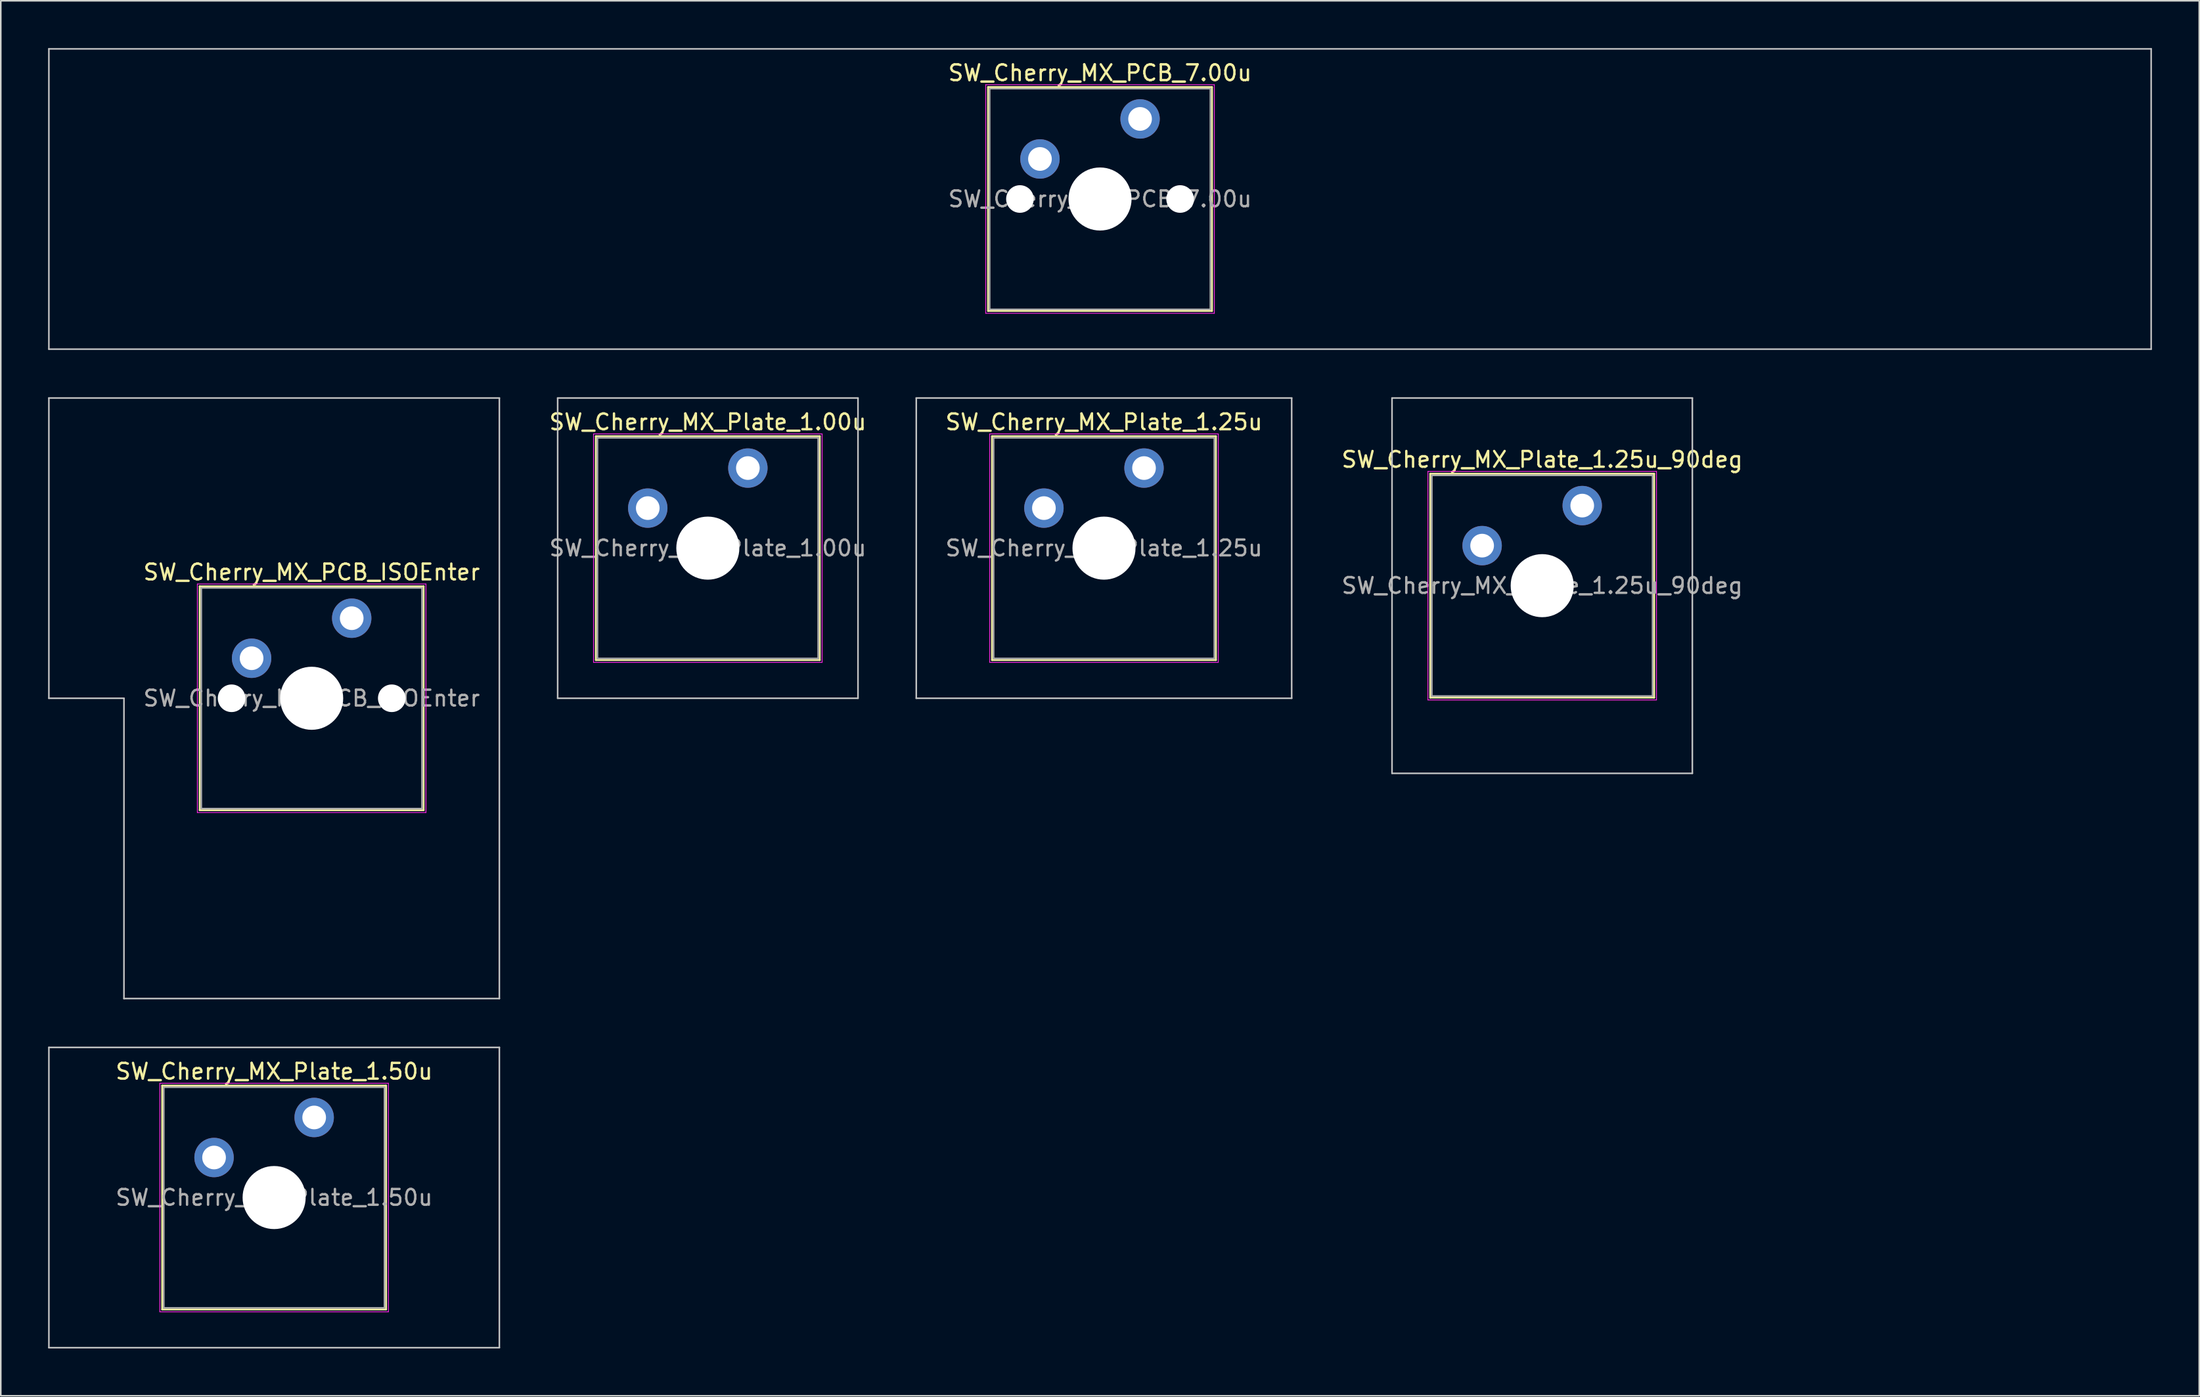
<source format=kicad_pcb>
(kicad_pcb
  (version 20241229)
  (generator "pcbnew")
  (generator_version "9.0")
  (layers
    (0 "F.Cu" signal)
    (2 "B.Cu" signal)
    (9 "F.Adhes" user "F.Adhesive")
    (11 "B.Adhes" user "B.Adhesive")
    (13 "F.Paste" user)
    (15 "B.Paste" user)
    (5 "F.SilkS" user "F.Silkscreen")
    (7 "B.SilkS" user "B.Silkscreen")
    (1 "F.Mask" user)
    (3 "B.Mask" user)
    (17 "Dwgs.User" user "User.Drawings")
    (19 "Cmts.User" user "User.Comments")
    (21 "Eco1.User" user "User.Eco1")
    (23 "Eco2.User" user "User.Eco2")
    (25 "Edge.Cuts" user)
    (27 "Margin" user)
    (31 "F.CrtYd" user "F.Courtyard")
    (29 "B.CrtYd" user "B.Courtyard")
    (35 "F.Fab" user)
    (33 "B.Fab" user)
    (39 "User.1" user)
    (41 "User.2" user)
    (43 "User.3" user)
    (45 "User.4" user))
  (footprint "SW_Cherry_MX_Plate_1.25u_90deg"
    (layer "F.Cu")
    (at 94.772 34.106)
    (property "Reference" "SW_Cherry_MX_Plate_1.25u_90deg" (at 0 -8 0) (layer "F.SilkS") (effects (font (size 1 1) (thickness 0.15))))
    (attr through_hole)
    (fp_line (start -7.1 -7.1) (end -7.1 7.1) (stroke (width 0.12) (type solid)) (layer "F.SilkS"))
    (fp_line (start -7.1 7.1) (end 7.1 7.1) (stroke (width 0.12) (type solid)) (layer "F.SilkS"))
    (fp_line (start 7.1 -7.1) (end -7.1 -7.1) (stroke (width 0.12) (type solid)) (layer "F.SilkS"))
    (fp_line (start 7.1 7.1) (end 7.1 -7.1) (stroke (width 0.12) (type solid)) (layer "F.SilkS"))
    (fp_line (start -9.525 -11.906) (end 9.525 -11.906) (stroke (width 0.1) (type solid)) (layer "Dwgs.User"))
    (fp_line (start -9.525 11.906) (end -9.525 -11.906) (stroke (width 0.1) (type solid)) (layer "Dwgs.User"))
    (fp_line (start 9.525 -11.906) (end 9.525 11.906) (stroke (width 0.1) (type solid)) (layer "Dwgs.User"))
    (fp_line (start 9.525 11.906) (end -9.525 11.906) (stroke (width 0.1) (type solid)) (layer "Dwgs.User"))
    (fp_line (start -7 -7) (end -7 7) (stroke (width 0.1) (type solid)) (layer "Eco1.User"))
    (fp_line (start -7 7) (end 7 7) (stroke (width 0.1) (type solid)) (layer "Eco1.User"))
    (fp_line (start 7 -7) (end -7 -7) (stroke (width 0.1) (type solid)) (layer "Eco1.User"))
    (fp_line (start 7 7) (end 7 -7) (stroke (width 0.1) (type solid)) (layer "Eco1.User"))
    (fp_line (start -7.25 -7.25) (end -7.25 7.25) (stroke (width 0.05) (type solid)) (layer "F.CrtYd"))
    (fp_line (start -7.25 7.25) (end 7.25 7.25) (stroke (width 0.05) (type solid)) (layer "F.CrtYd"))
    (fp_line (start 7.25 -7.25) (end -7.25 -7.25) (stroke (width 0.05) (type solid)) (layer "F.CrtYd"))
    (fp_line (start 7.25 7.25) (end 7.25 -7.25) (stroke (width 0.05) (type solid)) (layer "F.CrtYd"))
    (fp_line (start -7 -7) (end -7 7) (stroke (width 0.1) (type solid)) (layer "F.Fab"))
    (fp_line (start -7 7) (end 7 7) (stroke (width 0.1) (type solid)) (layer "F.Fab"))
    (fp_line (start 7 -7) (end -7 -7) (stroke (width 0.1) (type solid)) (layer "F.Fab"))
    (fp_line (start 7 7) (end 7 -7) (stroke (width 0.1) (type solid)) (layer "F.Fab"))
    (fp_text user "${REFERENCE}" (at 0 0 0) (layer "F.Fab") (effects (font (size 1 1) (thickness 0.15))))
    (pad "" smd circle (at -3.81 -2.54) (size 1.55 1.55) (layers "F.Mask"))
    (pad "" np_thru_hole circle (at 0 0) (size 4 4) (drill 4) (layers "*.Cu" "*.Mask"))
    (pad "" smd circle (at 2.54 -5.08) (size 1.55 1.55) (layers "F.Mask"))
    (pad "1" thru_hole circle (at -3.81 -2.54) (size 2.5 2.5) (drill 1.5) (layers "*.Cu" "B.Mask"))
    (pad "2" thru_hole circle (at 2.54 -5.08) (size 2.5 2.5) (drill 1.5) (layers "*.Cu" "B.Mask")))
  (footprint "SW_Cherry_MX_PCB_7.00u"
    (layer "F.Cu")
    (at 66.725 9.575)
    (property "Reference" "SW_Cherry_MX_PCB_7.00u" (at 0 -8 0) (layer "F.SilkS") (effects (font (size 1 1) (thickness 0.15))))
    (attr through_hole)
    (fp_line (start -7.1 -7.1) (end -7.1 7.1) (stroke (width 0.12) (type solid)) (layer "F.SilkS"))
    (fp_line (start -7.1 7.1) (end 7.1 7.1) (stroke (width 0.12) (type solid)) (layer "F.SilkS"))
    (fp_line (start 7.1 -7.1) (end -7.1 -7.1) (stroke (width 0.12) (type solid)) (layer "F.SilkS"))
    (fp_line (start 7.1 7.1) (end 7.1 -7.1) (stroke (width 0.12) (type solid)) (layer "F.SilkS"))
    (fp_line (start -66.675 -9.525) (end -66.675 9.525) (stroke (width 0.1) (type solid)) (layer "Dwgs.User"))
    (fp_line (start -66.675 9.525) (end 66.675 9.525) (stroke (width 0.1) (type solid)) (layer "Dwgs.User"))
    (fp_line (start 66.675 -9.525) (end -66.675 -9.525) (stroke (width 0.1) (type solid)) (layer "Dwgs.User"))
    (fp_line (start 66.675 9.525) (end 66.675 -9.525) (stroke (width 0.1) (type solid)) (layer "Dwgs.User"))
    (fp_line (start -7 -7) (end -7 7) (stroke (width 0.1) (type solid)) (layer "Eco1.User"))
    (fp_line (start -7 7) (end 7 7) (stroke (width 0.1) (type solid)) (layer "Eco1.User"))
    (fp_line (start 7 -7) (end -7 -7) (stroke (width 0.1) (type solid)) (layer "Eco1.User"))
    (fp_line (start 7 7) (end 7 -7) (stroke (width 0.1) (type solid)) (layer "Eco1.User"))
    (fp_line (start -7.25 -7.25) (end -7.25 7.25) (stroke (width 0.05) (type solid)) (layer "F.CrtYd"))
    (fp_line (start -7.25 7.25) (end 7.25 7.25) (stroke (width 0.05) (type solid)) (layer "F.CrtYd"))
    (fp_line (start 7.25 -7.25) (end -7.25 -7.25) (stroke (width 0.05) (type solid)) (layer "F.CrtYd"))
    (fp_line (start 7.25 7.25) (end 7.25 -7.25) (stroke (width 0.05) (type solid)) (layer "F.CrtYd"))
    (fp_line (start -7 -7) (end -7 7) (stroke (width 0.1) (type solid)) (layer "F.Fab"))
    (fp_line (start -7 7) (end 7 7) (stroke (width 0.1) (type solid)) (layer "F.Fab"))
    (fp_line (start 7 -7) (end -7 -7) (stroke (width 0.1) (type solid)) (layer "F.Fab"))
    (fp_line (start 7 7) (end 7 -7) (stroke (width 0.1) (type solid)) (layer "F.Fab"))
    (fp_text user "${REFERENCE}" (at 0 0 0) (layer "F.Fab") (effects (font (size 1 1) (thickness 0.15))))
    (pad "" np_thru_hole circle (at -5.08 0) (size 1.75 1.75) (drill 1.75) (layers "*.Cu" "*.Mask"))
    (pad "" smd circle (at -3.81 -2.54) (size 1.55 1.55) (layers "F.Mask"))
    (pad "" np_thru_hole circle (at 0 0) (size 4 4) (drill 4) (layers "*.Cu" "*.Mask"))
    (pad "" smd circle (at 2.54 -5.08) (size 1.55 1.55) (layers "F.Mask"))
    (pad "" np_thru_hole circle (at 5.08 0) (size 1.75 1.75) (drill 1.75) (layers "*.Cu" "*.Mask"))
    (pad "1" thru_hole circle (at -3.81 -2.54) (size 2.5 2.5) (drill 1.5) (layers "*.Cu" "B.Mask"))
    (pad "2" thru_hole circle (at 2.54 -5.08) (size 2.5 2.5) (drill 1.5) (layers "*.Cu" "B.Mask")))
  (footprint "SW_Cherry_MX_Plate_1.50u"
    (layer "F.Cu")
    (at 14.338 72.925)
    (property "Reference" "SW_Cherry_MX_Plate_1.50u" (at 0 -8 0) (layer "F.SilkS") (effects (font (size 1 1) (thickness 0.15))))
    (attr through_hole)
    (fp_line (start -7.1 -7.1) (end -7.1 7.1) (stroke (width 0.12) (type solid)) (layer "F.SilkS"))
    (fp_line (start -7.1 7.1) (end 7.1 7.1) (stroke (width 0.12) (type solid)) (layer "F.SilkS"))
    (fp_line (start 7.1 -7.1) (end -7.1 -7.1) (stroke (width 0.12) (type solid)) (layer "F.SilkS"))
    (fp_line (start 7.1 7.1) (end 7.1 -7.1) (stroke (width 0.12) (type solid)) (layer "F.SilkS"))
    (fp_line (start -14.287 -9.525) (end -14.287 9.525) (stroke (width 0.1) (type solid)) (layer "Dwgs.User"))
    (fp_line (start -14.287 9.525) (end 14.287 9.525) (stroke (width 0.1) (type solid)) (layer "Dwgs.User"))
    (fp_line (start 14.287 -9.525) (end -14.287 -9.525) (stroke (width 0.1) (type solid)) (layer "Dwgs.User"))
    (fp_line (start 14.287 9.525) (end 14.287 -9.525) (stroke (width 0.1) (type solid)) (layer "Dwgs.User"))
    (fp_line (start -7 -7) (end -7 7) (stroke (width 0.1) (type solid)) (layer "Eco1.User"))
    (fp_line (start -7 7) (end 7 7) (stroke (width 0.1) (type solid)) (layer "Eco1.User"))
    (fp_line (start 7 -7) (end -7 -7) (stroke (width 0.1) (type solid)) (layer "Eco1.User"))
    (fp_line (start 7 7) (end 7 -7) (stroke (width 0.1) (type solid)) (layer "Eco1.User"))
    (fp_line (start -7.25 -7.25) (end -7.25 7.25) (stroke (width 0.05) (type solid)) (layer "F.CrtYd"))
    (fp_line (start -7.25 7.25) (end 7.25 7.25) (stroke (width 0.05) (type solid)) (layer "F.CrtYd"))
    (fp_line (start 7.25 -7.25) (end -7.25 -7.25) (stroke (width 0.05) (type solid)) (layer "F.CrtYd"))
    (fp_line (start 7.25 7.25) (end 7.25 -7.25) (stroke (width 0.05) (type solid)) (layer "F.CrtYd"))
    (fp_line (start -7 -7) (end -7 7) (stroke (width 0.1) (type solid)) (layer "F.Fab"))
    (fp_line (start -7 7) (end 7 7) (stroke (width 0.1) (type solid)) (layer "F.Fab"))
    (fp_line (start 7 -7) (end -7 -7) (stroke (width 0.1) (type solid)) (layer "F.Fab"))
    (fp_line (start 7 7) (end 7 -7) (stroke (width 0.1) (type solid)) (layer "F.Fab"))
    (fp_text user "${REFERENCE}" (at 0 0 0) (layer "F.Fab") (effects (font (size 1 1) (thickness 0.15))))
    (pad "" smd circle (at -3.81 -2.54) (size 1.55 1.55) (layers "F.Mask"))
    (pad "" np_thru_hole circle (at 0 0) (size 4 4) (drill 4) (layers "*.Cu" "*.Mask"))
    (pad "" smd circle (at 2.54 -5.08) (size 1.55 1.55) (layers "F.Mask"))
    (pad "1" thru_hole circle (at -3.81 -2.54) (size 2.5 2.5) (drill 1.5) (layers "*.Cu" "B.Mask"))
    (pad "2" thru_hole circle (at 2.54 -5.08) (size 2.5 2.5) (drill 1.5) (layers "*.Cu" "B.Mask")))
  (footprint "SW_Cherry_MX_Plate_1.00u"
    (layer "F.Cu")
    (at 41.848 31.725)
    (property "Reference" "SW_Cherry_MX_Plate_1.00u" (at 0 -8 0) (layer "F.SilkS") (effects (font (size 1 1) (thickness 0.15))))
    (attr through_hole)
    (fp_line (start -7.1 -7.1) (end -7.1 7.1) (stroke (width 0.12) (type solid)) (layer "F.SilkS"))
    (fp_line (start -7.1 7.1) (end 7.1 7.1) (stroke (width 0.12) (type solid)) (layer "F.SilkS"))
    (fp_line (start 7.1 -7.1) (end -7.1 -7.1) (stroke (width 0.12) (type solid)) (layer "F.SilkS"))
    (fp_line (start 7.1 7.1) (end 7.1 -7.1) (stroke (width 0.12) (type solid)) (layer "F.SilkS"))
    (fp_line (start -9.525 -9.525) (end -9.525 9.525) (stroke (width 0.1) (type solid)) (layer "Dwgs.User"))
    (fp_line (start -9.525 9.525) (end 9.525 9.525) (stroke (width 0.1) (type solid)) (layer "Dwgs.User"))
    (fp_line (start 9.525 -9.525) (end -9.525 -9.525) (stroke (width 0.1) (type solid)) (layer "Dwgs.User"))
    (fp_line (start 9.525 9.525) (end 9.525 -9.525) (stroke (width 0.1) (type solid)) (layer "Dwgs.User"))
    (fp_line (start -7 -7) (end -7 7) (stroke (width 0.1) (type solid)) (layer "Eco1.User"))
    (fp_line (start -7 7) (end 7 7) (stroke (width 0.1) (type solid)) (layer "Eco1.User"))
    (fp_line (start 7 -7) (end -7 -7) (stroke (width 0.1) (type solid)) (layer "Eco1.User"))
    (fp_line (start 7 7) (end 7 -7) (stroke (width 0.1) (type solid)) (layer "Eco1.User"))
    (fp_line (start -7.25 -7.25) (end -7.25 7.25) (stroke (width 0.05) (type solid)) (layer "F.CrtYd"))
    (fp_line (start -7.25 7.25) (end 7.25 7.25) (stroke (width 0.05) (type solid)) (layer "F.CrtYd"))
    (fp_line (start 7.25 -7.25) (end -7.25 -7.25) (stroke (width 0.05) (type solid)) (layer "F.CrtYd"))
    (fp_line (start 7.25 7.25) (end 7.25 -7.25) (stroke (width 0.05) (type solid)) (layer "F.CrtYd"))
    (fp_line (start -7 -7) (end -7 7) (stroke (width 0.1) (type solid)) (layer "F.Fab"))
    (fp_line (start -7 7) (end 7 7) (stroke (width 0.1) (type solid)) (layer "F.Fab"))
    (fp_line (start 7 -7) (end -7 -7) (stroke (width 0.1) (type solid)) (layer "F.Fab"))
    (fp_line (start 7 7) (end 7 -7) (stroke (width 0.1) (type solid)) (layer "F.Fab"))
    (fp_text user "${REFERENCE}" (at 0 0 0) (layer "F.Fab") (effects (font (size 1 1) (thickness 0.15))))
    (pad "" smd circle (at -3.81 -2.54) (size 1.55 1.55) (layers "F.Mask"))
    (pad "" np_thru_hole circle (at 0 0) (size 4 4) (drill 4) (layers "*.Cu" "*.Mask"))
    (pad "" smd circle (at 2.54 -5.08) (size 1.55 1.55) (layers "F.Mask"))
    (pad "1" thru_hole circle (at -3.81 -2.54) (size 2.5 2.5) (drill 1.5) (layers "*.Cu" "B.Mask"))
    (pad "2" thru_hole circle (at 2.54 -5.08) (size 2.5 2.5) (drill 1.5) (layers "*.Cu" "B.Mask")))
  (footprint "SW_Cherry_MX_Plate_1.25u"
    (layer "F.Cu")
    (at 66.976 31.725)
    (property "Reference" "SW_Cherry_MX_Plate_1.25u" (at 0 -8 0) (layer "F.SilkS") (effects (font (size 1 1) (thickness 0.15))))
    (attr through_hole)
    (fp_line (start -7.1 -7.1) (end -7.1 7.1) (stroke (width 0.12) (type solid)) (layer "F.SilkS"))
    (fp_line (start -7.1 7.1) (end 7.1 7.1) (stroke (width 0.12) (type solid)) (layer "F.SilkS"))
    (fp_line (start 7.1 -7.1) (end -7.1 -7.1) (stroke (width 0.12) (type solid)) (layer "F.SilkS"))
    (fp_line (start 7.1 7.1) (end 7.1 -7.1) (stroke (width 0.12) (type solid)) (layer "F.SilkS"))
    (fp_line (start -11.906 -9.525) (end -11.906 9.525) (stroke (width 0.1) (type solid)) (layer "Dwgs.User"))
    (fp_line (start -11.906 9.525) (end 11.906 9.525) (stroke (width 0.1) (type solid)) (layer "Dwgs.User"))
    (fp_line (start 11.906 -9.525) (end -11.906 -9.525) (stroke (width 0.1) (type solid)) (layer "Dwgs.User"))
    (fp_line (start 11.906 9.525) (end 11.906 -9.525) (stroke (width 0.1) (type solid)) (layer "Dwgs.User"))
    (fp_line (start -7 -7) (end -7 7) (stroke (width 0.1) (type solid)) (layer "Eco1.User"))
    (fp_line (start -7 7) (end 7 7) (stroke (width 0.1) (type solid)) (layer "Eco1.User"))
    (fp_line (start 7 -7) (end -7 -7) (stroke (width 0.1) (type solid)) (layer "Eco1.User"))
    (fp_line (start 7 7) (end 7 -7) (stroke (width 0.1) (type solid)) (layer "Eco1.User"))
    (fp_line (start -7.25 -7.25) (end -7.25 7.25) (stroke (width 0.05) (type solid)) (layer "F.CrtYd"))
    (fp_line (start -7.25 7.25) (end 7.25 7.25) (stroke (width 0.05) (type solid)) (layer "F.CrtYd"))
    (fp_line (start 7.25 -7.25) (end -7.25 -7.25) (stroke (width 0.05) (type solid)) (layer "F.CrtYd"))
    (fp_line (start 7.25 7.25) (end 7.25 -7.25) (stroke (width 0.05) (type solid)) (layer "F.CrtYd"))
    (fp_line (start -7 -7) (end -7 7) (stroke (width 0.1) (type solid)) (layer "F.Fab"))
    (fp_line (start -7 7) (end 7 7) (stroke (width 0.1) (type solid)) (layer "F.Fab"))
    (fp_line (start 7 -7) (end -7 -7) (stroke (width 0.1) (type solid)) (layer "F.Fab"))
    (fp_line (start 7 7) (end 7 -7) (stroke (width 0.1) (type solid)) (layer "F.Fab"))
    (fp_text user "${REFERENCE}" (at 0 0 0) (layer "F.Fab") (effects (font (size 1 1) (thickness 0.15))))
    (pad "" smd circle (at -3.81 -2.54) (size 1.55 1.55) (layers "F.Mask"))
    (pad "" np_thru_hole circle (at 0 0) (size 4 4) (drill 4) (layers "*.Cu" "*.Mask"))
    (pad "" smd circle (at 2.54 -5.08) (size 1.55 1.55) (layers "F.Mask"))
    (pad "1" thru_hole circle (at -3.81 -2.54) (size 2.5 2.5) (drill 1.5) (layers "*.Cu" "B.Mask"))
    (pad "2" thru_hole circle (at 2.54 -5.08) (size 2.5 2.5) (drill 1.5) (layers "*.Cu" "B.Mask")))
  (footprint "SW_Cherry_MX_PCB_ISOEnter"
    (layer "F.Cu")
    (at 16.719 41.25)
    (property "Reference" "SW_Cherry_MX_PCB_ISOEnter" (at 0 -8 0) (layer "F.SilkS") (effects (font (size 1 1) (thickness 0.15))))
    (attr through_hole)
    (fp_line (start -7.1 -7.1) (end -7.1 7.1) (stroke (width 0.12) (type solid)) (layer "F.SilkS"))
    (fp_line (start -7.1 7.1) (end 7.1 7.1) (stroke (width 0.12) (type solid)) (layer "F.SilkS"))
    (fp_line (start 7.1 -7.1) (end -7.1 -7.1) (stroke (width 0.12) (type solid)) (layer "F.SilkS"))
    (fp_line (start 7.1 7.1) (end 7.1 -7.1) (stroke (width 0.12) (type solid)) (layer "F.SilkS"))
    (fp_line (start -16.669 -19.05) (end -16.669 0) (stroke (width 0.1) (type solid)) (layer "Dwgs.User"))
    (fp_line (start -16.669 0) (end -11.906 0) (stroke (width 0.1) (type solid)) (layer "Dwgs.User"))
    (fp_line (start -11.906 0) (end -11.906 19.05) (stroke (width 0.1) (type solid)) (layer "Dwgs.User"))
    (fp_line (start -11.906 19.05) (end 11.906 19.05) (stroke (width 0.1) (type solid)) (layer "Dwgs.User"))
    (fp_line (start 11.906 -19.05) (end -16.669 -19.05) (stroke (width 0.1) (type solid)) (layer "Dwgs.User"))
    (fp_line (start 11.906 19.05) (end 11.906 -19.05) (stroke (width 0.1) (type solid)) (layer "Dwgs.User"))
    (fp_line (start -7 -7) (end -7 7) (stroke (width 0.1) (type solid)) (layer "Eco1.User"))
    (fp_line (start -7 7) (end 7 7) (stroke (width 0.1) (type solid)) (layer "Eco1.User"))
    (fp_line (start 7 -7) (end -7 -7) (stroke (width 0.1) (type solid)) (layer "Eco1.User"))
    (fp_line (start 7 7) (end 7 -7) (stroke (width 0.1) (type solid)) (layer "Eco1.User"))
    (fp_line (start -7.25 -7.25) (end -7.25 7.25) (stroke (width 0.05) (type solid)) (layer "F.CrtYd"))
    (fp_line (start -7.25 7.25) (end 7.25 7.25) (stroke (width 0.05) (type solid)) (layer "F.CrtYd"))
    (fp_line (start 7.25 -7.25) (end -7.25 -7.25) (stroke (width 0.05) (type solid)) (layer "F.CrtYd"))
    (fp_line (start 7.25 7.25) (end 7.25 -7.25) (stroke (width 0.05) (type solid)) (layer "F.CrtYd"))
    (fp_line (start -7 -7) (end -7 7) (stroke (width 0.1) (type solid)) (layer "F.Fab"))
    (fp_line (start -7 7) (end 7 7) (stroke (width 0.1) (type solid)) (layer "F.Fab"))
    (fp_line (start 7 -7) (end -7 -7) (stroke (width 0.1) (type solid)) (layer "F.Fab"))
    (fp_line (start 7 7) (end 7 -7) (stroke (width 0.1) (type solid)) (layer "F.Fab"))
    (fp_text user "${REFERENCE}" (at 0 0 0) (layer "F.Fab") (effects (font (size 1 1) (thickness 0.15))))
    (pad "" np_thru_hole circle (at -5.08 0) (size 1.75 1.75) (drill 1.75) (layers "*.Cu" "*.Mask"))
    (pad "" smd circle (at -3.81 -2.54) (size 1.55 1.55) (layers "F.Mask"))
    (pad "" np_thru_hole circle (at 0 0) (size 4 4) (drill 4) (layers "*.Cu" "*.Mask"))
    (pad "" smd circle (at 2.54 -5.08) (size 1.55 1.55) (layers "F.Mask"))
    (pad "" np_thru_hole circle (at 5.08 0) (size 1.75 1.75) (drill 1.75) (layers "*.Cu" "*.Mask"))
    (pad "1" thru_hole circle (at -3.81 -2.54) (size 2.5 2.5) (drill 1.5) (layers "*.Cu" "B.Mask"))
    (pad "2" thru_hole circle (at 2.54 -5.08) (size 2.5 2.5) (drill 1.5) (layers "*.Cu" "B.Mask")))
  (gr_rect
    (start -3 -3)
    (end 136.45 85.5)
    (stroke (width 0.1) (type default))
    (fill no)
    (layer "Edge.Cuts")))
</source>
